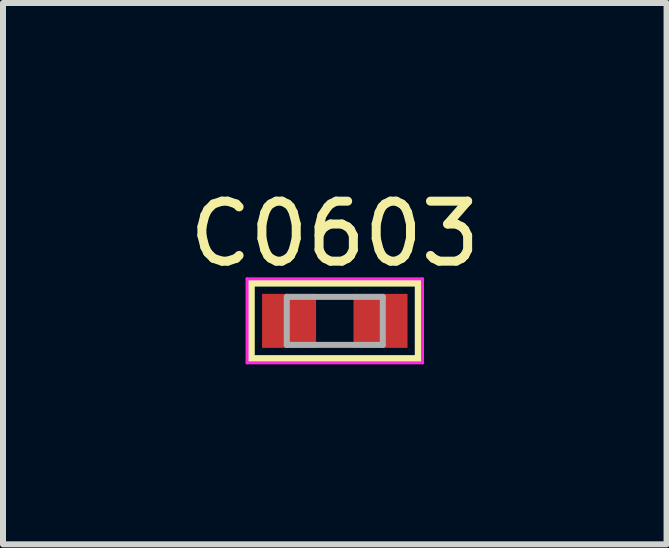
<source format=kicad_pcb>
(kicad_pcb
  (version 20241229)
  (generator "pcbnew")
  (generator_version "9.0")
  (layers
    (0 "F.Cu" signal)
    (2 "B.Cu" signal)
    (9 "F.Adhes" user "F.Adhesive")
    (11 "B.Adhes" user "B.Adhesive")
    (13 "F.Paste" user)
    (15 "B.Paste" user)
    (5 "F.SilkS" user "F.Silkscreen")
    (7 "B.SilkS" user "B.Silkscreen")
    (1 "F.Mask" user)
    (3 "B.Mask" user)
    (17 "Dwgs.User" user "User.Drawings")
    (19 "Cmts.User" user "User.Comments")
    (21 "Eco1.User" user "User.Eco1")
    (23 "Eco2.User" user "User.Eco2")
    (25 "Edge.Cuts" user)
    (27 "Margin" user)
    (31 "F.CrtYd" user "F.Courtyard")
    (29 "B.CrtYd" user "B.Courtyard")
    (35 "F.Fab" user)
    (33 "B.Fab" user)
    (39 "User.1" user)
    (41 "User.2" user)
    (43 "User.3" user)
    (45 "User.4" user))
  (footprint "C0603"
    (layer "F.Cu")
    (at 2.53 2.298)
    (property "Reference" "C0603" (at 0 -1.45 0) (layer "F.SilkS") (effects (font (size 1 1) (thickness 0.15))))
    (attr smd)
    (fp_line (start -1.397 -0.635) (end 1.397 -0.635) (stroke (width 0.127) (type solid)) (layer "F.SilkS"))
    (fp_line (start -1.397 0.635) (end -1.397 -0.635) (stroke (width 0.127) (type solid)) (layer "F.SilkS"))
    (fp_line (start 1.397 -0.635) (end 1.397 0.635) (stroke (width 0.127) (type solid)) (layer "F.SilkS"))
    (fp_line (start 1.397 0.635) (end -1.397 0.635) (stroke (width 0.127) (type solid)) (layer "F.SilkS"))
    (fp_line (start -1.462 -0.7) (end 1.462 -0.7) (stroke (width 0.05) (type solid)) (layer "F.CrtYd"))
    (fp_line (start -1.462 0.7) (end -1.462 -0.7) (stroke (width 0.05) (type solid)) (layer "F.CrtYd"))
    (fp_line (start 1.462 -0.7) (end 1.462 0.7) (stroke (width 0.05) (type solid)) (layer "F.CrtYd"))
    (fp_line (start 1.462 0.7) (end -1.462 0.7) (stroke (width 0.05) (type solid)) (layer "F.CrtYd"))
    (fp_line (start -0.8 -0.4) (end 0.8 -0.4) (stroke (width 0.1) (type solid)) (layer "F.Fab"))
    (fp_line (start -0.8 0.4) (end -0.8 -0.4) (stroke (width 0.1) (type solid)) (layer "F.Fab"))
    (fp_line (start 0.8 -0.4) (end 0.8 0.4) (stroke (width 0.1) (type solid)) (layer "F.Fab"))
    (fp_line (start 0.8 0.4) (end -0.8 0.4) (stroke (width 0.1) (type solid)) (layer "F.Fab"))
    (pad "1" smd rect (at -0.762 0) (size 0.9 0.9) (layers "F.Cu" "F.Mask" "F.Paste"))
    (pad "2" smd rect (at 0.762 0) (size 0.9 0.9) (layers "F.Cu" "F.Mask" "F.Paste")))
  (gr_rect
    (start -3 -3)
    (end 8.06 6.023)
    (stroke (width 0.1) (type default))
    (fill no)
    (layer "Edge.Cuts")))
</source>
